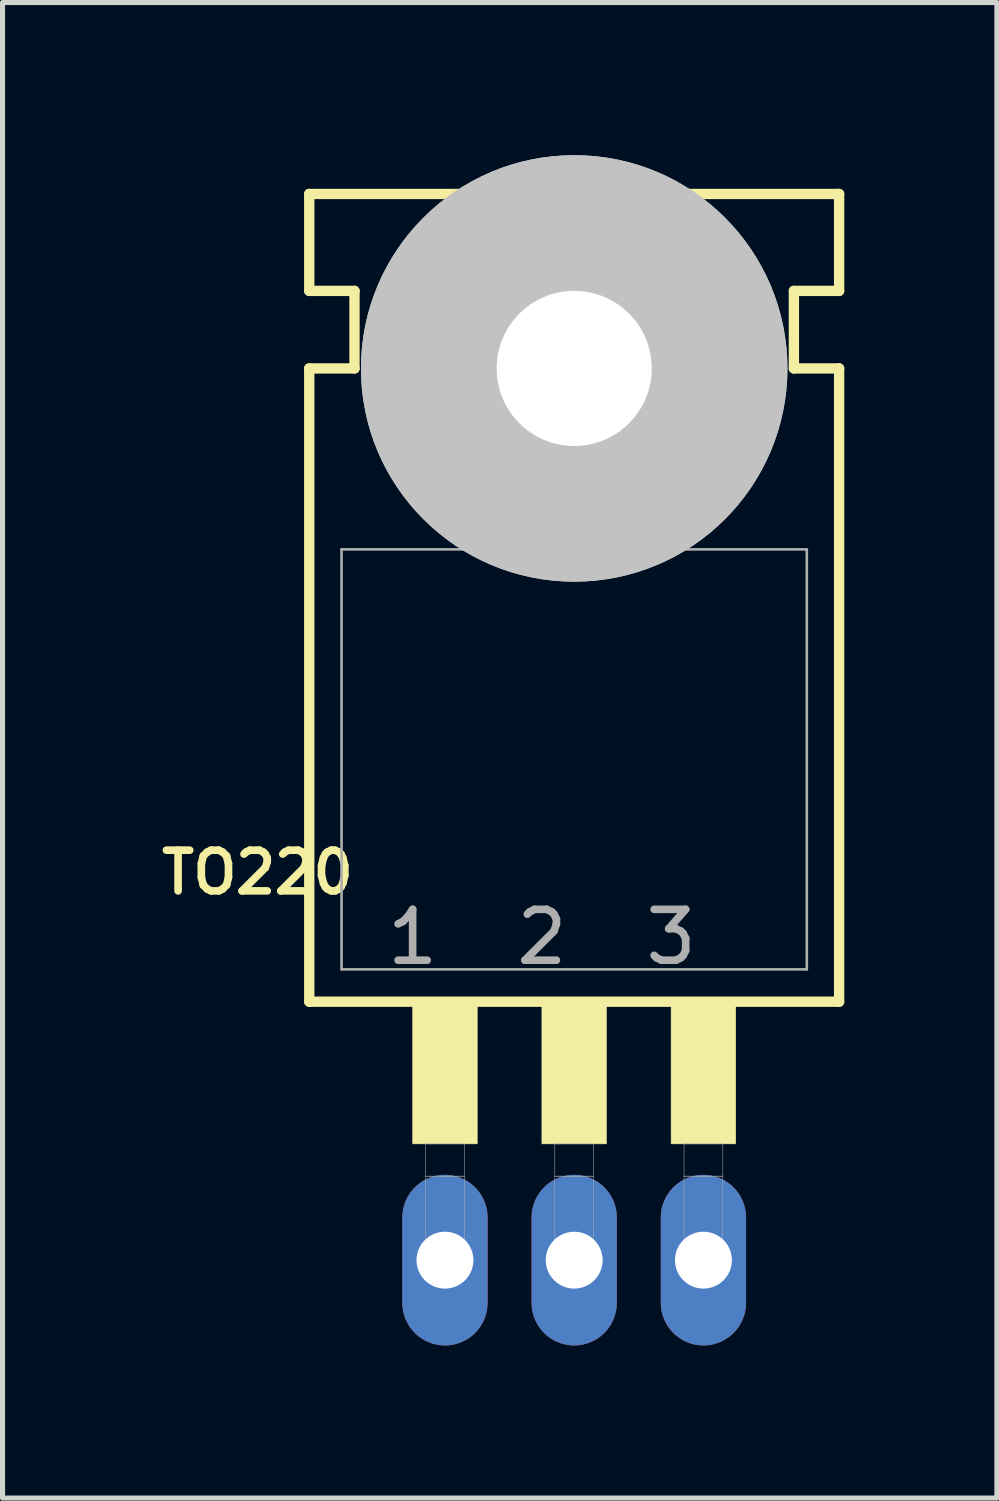
<source format=kicad_pcb>
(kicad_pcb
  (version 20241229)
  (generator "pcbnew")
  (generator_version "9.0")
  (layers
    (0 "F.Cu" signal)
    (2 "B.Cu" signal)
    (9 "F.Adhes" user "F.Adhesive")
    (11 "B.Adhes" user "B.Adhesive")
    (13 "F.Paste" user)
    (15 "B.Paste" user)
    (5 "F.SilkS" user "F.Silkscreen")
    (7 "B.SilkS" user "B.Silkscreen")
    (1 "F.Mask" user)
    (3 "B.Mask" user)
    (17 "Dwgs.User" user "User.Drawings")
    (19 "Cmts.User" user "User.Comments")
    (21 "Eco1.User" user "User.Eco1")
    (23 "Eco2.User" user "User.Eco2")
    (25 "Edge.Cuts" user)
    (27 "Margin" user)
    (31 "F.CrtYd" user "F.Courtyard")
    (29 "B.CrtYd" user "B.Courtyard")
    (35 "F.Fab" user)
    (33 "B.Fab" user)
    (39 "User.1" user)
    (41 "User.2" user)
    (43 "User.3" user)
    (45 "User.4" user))
  (footprint "TO220"
    (layer "F.Cu")
    (at 8.235 15.367)
    (property "Reference" "TO220" (at -6.223 -1.27 180) (layer "F.SilkS") (effects (font (size 0.8 0.8) (thickness 0.15))))
    (attr through_hole)
    (fp_line (start -5.207 -12.7) (end -5.207 -14.605) (stroke (width 0.203) (type solid)) (layer "F.SilkS"))
    (fp_line (start -5.207 -11.176) (end -4.318 -11.176) (stroke (width 0.203) (type solid)) (layer "F.SilkS"))
    (fp_line (start -5.207 1.27) (end -5.207 -11.176) (stroke (width 0.203) (type solid)) (layer "F.SilkS"))
    (fp_line (start -5.207 1.27) (end 5.207 1.27) (stroke (width 0.203) (type solid)) (layer "F.SilkS"))
    (fp_line (start -4.318 -12.7) (end -5.207 -12.7) (stroke (width 0.203) (type solid)) (layer "F.SilkS"))
    (fp_line (start -4.318 -11.176) (end -4.318 -12.7) (stroke (width 0.203) (type solid)) (layer "F.SilkS"))
    (fp_line (start 4.318 -12.7) (end 5.207 -12.7) (stroke (width 0.203) (type solid)) (layer "F.SilkS"))
    (fp_line (start 4.318 -11.176) (end 4.318 -12.7) (stroke (width 0.203) (type solid)) (layer "F.SilkS"))
    (fp_line (start 5.207 -14.605) (end -5.207 -14.605) (stroke (width 0.203) (type solid)) (layer "F.SilkS"))
    (fp_line (start 5.207 -12.7) (end 5.207 -14.605) (stroke (width 0.203) (type solid)) (layer "F.SilkS"))
    (fp_line (start 5.207 -11.176) (end 4.318 -11.176) (stroke (width 0.203) (type solid)) (layer "F.SilkS"))
    (fp_line (start 5.207 1.27) (end 5.207 -11.176) (stroke (width 0.203) (type solid)) (layer "F.SilkS"))
    (fp_circle (center 0 -11.176) (end 1.803 -11.176) (stroke (width 0.203) (type solid)) (fill no) (layer "F.SilkS"))
    (fp_poly (pts (xy -3.175 1.27) (xy -1.905 1.27) (xy -1.905 4.064) (xy -3.175 4.064)) (stroke (width 0.01) (type solid)) (fill yes) (layer "F.SilkS"))
    (fp_poly (pts (xy -0.635 1.27) (xy 0.635 1.27) (xy 0.635 4.064) (xy -0.635 4.064)) (stroke (width 0.01) (type solid)) (fill yes) (layer "F.SilkS"))
    (fp_poly (pts (xy 1.905 1.27) (xy 3.175 1.27) (xy 3.175 4.064) (xy 1.905 4.064)) (stroke (width 0.01) (type solid)) (fill yes) (layer "F.SilkS"))
    (fp_circle (center 0 -11.176) (end 4.191 -11.176) (stroke (width 0) (type solid)) (fill yes) (layer "Dwgs.User"))
    (fp_circle (center 0 -11.176) (end 4.191 -11.176) (stroke (width 0) (type solid)) (fill yes) (layer "Dwgs.User"))
    (fp_line (start -4.572 0.635) (end -4.572 -7.62) (stroke (width 0.051) (type solid)) (layer "F.Fab"))
    (fp_line (start -4.572 0.635) (end 4.572 0.635) (stroke (width 0.051) (type solid)) (layer "F.Fab"))
    (fp_line (start 4.572 -7.62) (end -4.572 -7.62) (stroke (width 0.051) (type solid)) (layer "F.Fab"))
    (fp_line (start 4.572 -7.62) (end 4.572 0.635) (stroke (width 0.051) (type solid)) (layer "F.Fab"))
    (fp_poly (pts (xy -2.921 4.064) (xy -2.159 4.064) (xy -2.159 4.699) (xy -2.921 4.699)) (stroke (width 0.01) (type solid)) (fill no) (layer "F.Fab"))
    (fp_poly (pts (xy -2.921 4.699) (xy -2.159 4.699) (xy -2.159 6.604) (xy -2.921 6.604)) (stroke (width 0.01) (type solid)) (fill no) (layer "F.Fab"))
    (fp_poly (pts (xy -0.381 4.064) (xy 0.381 4.064) (xy 0.381 4.699) (xy -0.381 4.699)) (stroke (width 0.01) (type solid)) (fill no) (layer "F.Fab"))
    (fp_poly (pts (xy -0.381 4.699) (xy 0.381 4.699) (xy 0.381 6.604) (xy -0.381 6.604)) (stroke (width 0.01) (type solid)) (fill no) (layer "F.Fab"))
    (fp_poly (pts (xy 2.159 4.064) (xy 2.921 4.064) (xy 2.921 4.699) (xy 2.159 4.699)) (stroke (width 0.01) (type solid)) (fill no) (layer "F.Fab"))
    (fp_poly (pts (xy 2.159 4.699) (xy 2.921 4.699) (xy 2.921 6.604) (xy 2.159 6.604)) (stroke (width 0.01) (type solid)) (fill no) (layer "F.Fab"))
    (fp_text user "1" (at -3.175 0 0) (layer "F.Fab") (effects (font (size 1 1) (thickness 0.15))))
    (fp_text user "2" (at -0.635 0 0) (layer "F.Fab") (effects (font (size 1 1) (thickness 0.15))))
    (fp_text user "3" (at 1.905 0 0) (layer "F.Fab") (effects (font (size 1 1) (thickness 0.15))))
    (pad "" np_thru_hole circle (at 0 -11.176) (size 3.048 3.048) (drill 3.048) (layers "*.Cu" "*.Mask"))
    (pad "1" thru_hole oval (at -2.54 6.35) (size 1.676 3.353) (drill 1.118) (layers "*.Cu" "*.Mask"))
    (pad "2" thru_hole oval (at 0 6.35) (size 1.676 3.353) (drill 1.118) (layers "*.Cu" "*.Mask"))
    (pad "3" thru_hole oval (at 2.54 6.35) (size 1.676 3.353) (drill 1.118) (layers "*.Cu" "*.Mask")))
  (gr_rect
    (start -3 -3)
    (end 16.543 26.393)
    (stroke (width 0.1) (type default))
    (fill no)
    (layer "Edge.Cuts")))
</source>
